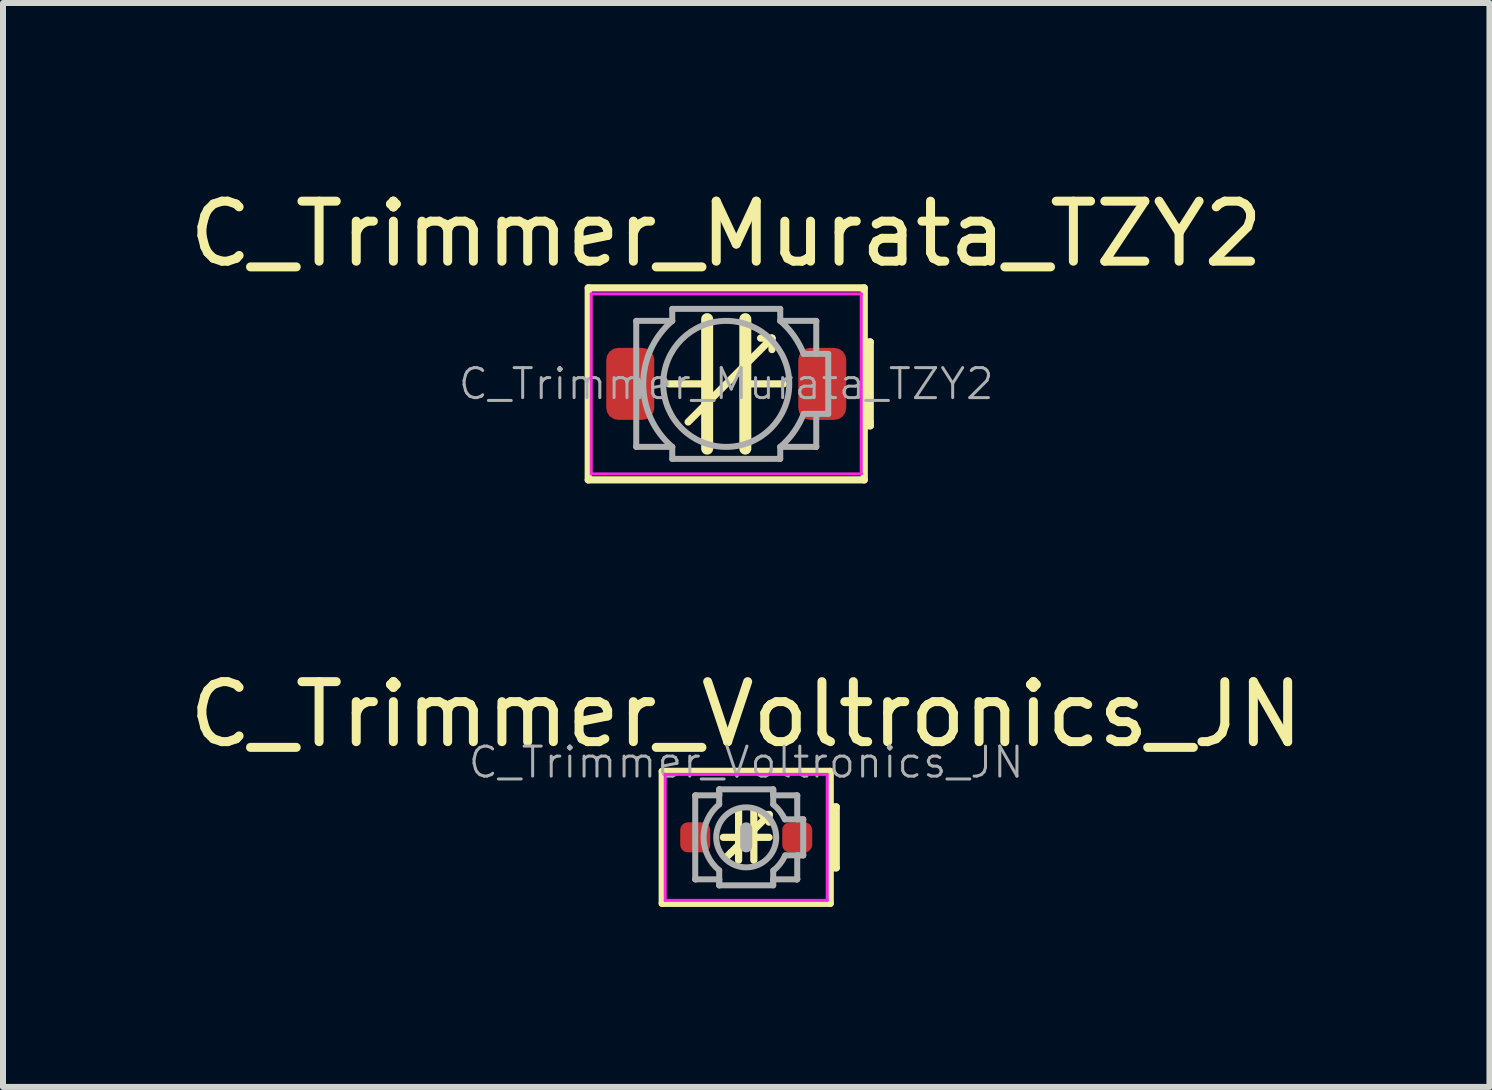
<source format=kicad_pcb>
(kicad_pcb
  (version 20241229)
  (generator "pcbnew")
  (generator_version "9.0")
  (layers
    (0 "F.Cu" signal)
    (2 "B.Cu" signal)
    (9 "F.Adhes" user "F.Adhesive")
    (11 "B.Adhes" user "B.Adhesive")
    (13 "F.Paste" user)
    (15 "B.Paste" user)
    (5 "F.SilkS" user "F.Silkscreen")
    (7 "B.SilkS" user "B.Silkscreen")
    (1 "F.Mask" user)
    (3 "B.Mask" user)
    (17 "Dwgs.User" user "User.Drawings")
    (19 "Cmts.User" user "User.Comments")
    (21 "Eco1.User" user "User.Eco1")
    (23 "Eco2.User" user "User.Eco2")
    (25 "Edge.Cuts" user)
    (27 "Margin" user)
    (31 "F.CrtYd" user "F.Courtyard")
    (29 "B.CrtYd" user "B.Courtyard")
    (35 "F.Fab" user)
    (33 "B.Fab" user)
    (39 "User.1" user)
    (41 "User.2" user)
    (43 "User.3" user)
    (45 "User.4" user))
  (footprint "C_Trimmer_Murata_TZY2"
    (layer "F.Cu")
    (at 9.054 3.348)
    (property "Reference" "C_Trimmer_Murata_TZY2" (at 0 -2.5 0) (layer "F.SilkS") (effects (font (size 1 1) (thickness 0.15))))
    (attr smd)
    (fp_line (start -2.3 -1.6) (end -2.3 1.6) (stroke (width 0.12) (type solid)) (layer "F.SilkS"))
    (fp_line (start -2.3 1.6) (end 2.3 1.6) (stroke (width 0.12) (type solid)) (layer "F.SilkS"))
    (fp_line (start -0.635 0.635) (end 0.762 -0.762) (stroke (width 0.12) (type solid)) (layer "F.SilkS"))
    (fp_line (start -0.318 -1.079) (end -0.318 1.079) (stroke (width 0.2) (type solid)) (layer "F.SilkS"))
    (fp_line (start -0.318 0) (end -0.953 0) (stroke (width 0.12) (type solid)) (layer "F.SilkS"))
    (fp_line (start 0.318 -1.079) (end 0.318 1.079) (stroke (width 0.2) (type solid)) (layer "F.SilkS"))
    (fp_line (start 0.762 -0.762) (end 0.572 -0.762) (stroke (width 0.12) (type solid)) (layer "F.SilkS"))
    (fp_line (start 0.762 -0.762) (end 0.762 -0.572) (stroke (width 0.12) (type solid)) (layer "F.SilkS"))
    (fp_line (start 0.953 0) (end 0.318 0) (stroke (width 0.12) (type solid)) (layer "F.SilkS"))
    (fp_line (start 2.3 -1.6) (end -2.3 -1.6) (stroke (width 0.12) (type solid)) (layer "F.SilkS"))
    (fp_line (start 2.3 1.6) (end 2.3 -1.6) (stroke (width 0.12) (type solid)) (layer "F.SilkS"))
    (fp_line (start 2.337 -0.699) (end 2.4 -0.699) (stroke (width 0.12) (type solid)) (layer "F.SilkS"))
    (fp_line (start 2.4 -0.699) (end 2.4 0.635) (stroke (width 0.12) (type solid)) (layer "F.SilkS"))
    (fp_line (start 2.4 0.635) (end 2.4 0.699) (stroke (width 0.12) (type solid)) (layer "F.SilkS"))
    (fp_line (start 2.4 0.699) (end 2.337 0.699) (stroke (width 0.12) (type solid)) (layer "F.SilkS"))
    (fp_line (start -2.25 -1.5) (end -2.25 1.5) (stroke (width 0.05) (type solid)) (layer "F.CrtYd"))
    (fp_line (start -2.25 1.5) (end 2.25 1.5) (stroke (width 0.05) (type solid)) (layer "F.CrtYd"))
    (fp_line (start 2.25 -1.5) (end -2.25 -1.5) (stroke (width 0.05) (type solid)) (layer "F.CrtYd"))
    (fp_line (start 2.25 1.5) (end 2.25 -1.5) (stroke (width 0.05) (type solid)) (layer "F.CrtYd"))
    (fp_line (start -1.5 -1.05) (end -1.49 -1.05) (stroke (width 0.1) (type solid)) (layer "F.Fab"))
    (fp_line (start -1.5 -1.04) (end -1.5 -1.05) (stroke (width 0.1) (type solid)) (layer "F.Fab"))
    (fp_line (start -1.5 1.04) (end -1.5 -1.04) (stroke (width 0.1) (type solid)) (layer "F.Fab"))
    (fp_line (start -1.5 1.05) (end -1.5 1.04) (stroke (width 0.1) (type solid)) (layer "F.Fab"))
    (fp_line (start -1.49 1.05) (end -1.5 1.05) (stroke (width 0.1) (type solid)) (layer "F.Fab"))
    (fp_line (start -1.49 1.05) (end -0.9 1.05) (stroke (width 0.1) (type solid)) (layer "F.Fab"))
    (fp_line (start -0.9 -1.25) (end 0.9 -1.25) (stroke (width 0.1) (type solid)) (layer "F.Fab"))
    (fp_line (start -0.9 -1.05) (end -1.49 -1.05) (stroke (width 0.1) (type solid)) (layer "F.Fab"))
    (fp_line (start -0.9 -1.05) (end -0.9 -1.25) (stroke (width 0.1) (type solid)) (layer "F.Fab"))
    (fp_line (start -0.9 1.05) (end -0.9 1.25) (stroke (width 0.1) (type solid)) (layer "F.Fab"))
    (fp_line (start -0.9 1.25) (end 0.9 1.25) (stroke (width 0.1) (type solid)) (layer "F.Fab"))
    (fp_line (start 0.9 -1.25) (end 0.9 -1.05) (stroke (width 0.1) (type solid)) (layer "F.Fab"))
    (fp_line (start 0.9 1.05) (end 1.49 1.05) (stroke (width 0.1) (type solid)) (layer "F.Fab"))
    (fp_line (start 0.9 1.25) (end 0.9 1.05) (stroke (width 0.1) (type solid)) (layer "F.Fab"))
    (fp_line (start 1.49 -1.05) (end 0.9 -1.05) (stroke (width 0.1) (type solid)) (layer "F.Fab"))
    (fp_line (start 1.49 -1.05) (end 1.5 -1.05) (stroke (width 0.1) (type solid)) (layer "F.Fab"))
    (fp_line (start 1.5 -1.05) (end 1.5 -1.04) (stroke (width 0.1) (type solid)) (layer "F.Fab"))
    (fp_line (start 1.5 -1.04) (end 1.5 -0.5) (stroke (width 0.1) (type solid)) (layer "F.Fab"))
    (fp_line (start 1.5 -0.5) (end 1.29 -0.5) (stroke (width 0.1) (type solid)) (layer "F.Fab"))
    (fp_line (start 1.5 -0.5) (end 1.7 -0.5) (stroke (width 0.1) (type solid)) (layer "F.Fab"))
    (fp_line (start 1.5 0.5) (end 1.29 0.5) (stroke (width 0.1) (type solid)) (layer "F.Fab"))
    (fp_line (start 1.5 0.5) (end 1.5 1.04) (stroke (width 0.1) (type solid)) (layer "F.Fab"))
    (fp_line (start 1.5 1.04) (end 1.5 1.05) (stroke (width 0.1) (type solid)) (layer "F.Fab"))
    (fp_line (start 1.5 1.05) (end 1.49 1.05) (stroke (width 0.1) (type solid)) (layer "F.Fab"))
    (fp_line (start 1.7 -0.5) (end 1.7 0.5) (stroke (width 0.1) (type solid)) (layer "F.Fab"))
    (fp_line (start 1.7 0.5) (end 1.5 0.5) (stroke (width 0.1) (type solid)) (layer "F.Fab"))
    (fp_arc (start -0.9 1.049999) (mid -1.382931 0) (end -0.9 -1.049999) (stroke (width 0.1) (type solid)) (layer "F.Fab"))
    (fp_arc (start 0.9 -1.049999) (mid 1.128908 -0.799044) (end 1.29 -0.5) (stroke (width 0.1) (type solid)) (layer "F.Fab"))
    (fp_arc (start 1.29 0.5) (mid 1.12924 0.799323) (end 0.900376 1.050439) (stroke (width 0.1) (type solid)) (layer "F.Fab"))
    (fp_circle (center 0 0) (end 1.05 0) (stroke (width 0.1) (type solid)) (fill no) (layer "F.Fab"))
    (fp_text user "${REFERENCE}" (at 0 0 0) (layer "F.Fab") (effects (font (size 0.5 0.5) (thickness 0.05))))
    (pad "1" smd roundrect (at -1.6 0) (size 0.8 1.2) (layers "F.Cu" "F.Mask" "F.Paste") (roundrect_rratio 0.25))
    (pad "2" smd roundrect (at 1.6 0) (size 0.8 1.2) (layers "F.Cu" "F.Mask" "F.Paste") (roundrect_rratio 0.25)))
  (footprint "C_Trimmer_Voltronics_JN"
    (layer "F.Cu")
    (at 9.387 10.906)
    (property "Reference" "C_Trimmer_Voltronics_JN" (at 0 -2.05 0) (layer "F.SilkS") (effects (font (size 1 1) (thickness 0.15))))
    (attr smd)
    (fp_line (start -1.4 -1.1) (end -1.4 1.1) (stroke (width 0.12) (type solid)) (layer "F.SilkS"))
    (fp_line (start -1.4 1.1) (end 1.4 1.1) (stroke (width 0.12) (type solid)) (layer "F.SilkS"))
    (fp_line (start -0.254 0.254) (end -0.318 0.318) (stroke (width 0.12) (type solid)) (layer "F.SilkS"))
    (fp_line (start -0.127 -0.445) (end -0.127 0.381) (stroke (width 0.12) (type solid)) (layer "F.SilkS"))
    (fp_line (start -0.127 0) (end -0.381 0) (stroke (width 0.12) (type solid)) (layer "F.SilkS"))
    (fp_line (start 0 0) (end -0.254 0.254) (stroke (width 0.12) (type solid)) (layer "F.SilkS"))
    (fp_line (start 0 0) (end 0.381 -0.381) (stroke (width 0.12) (type solid)) (layer "F.SilkS"))
    (fp_line (start 0.127 -0.445) (end 0.127 0.381) (stroke (width 0.12) (type solid)) (layer "F.SilkS"))
    (fp_line (start 0.127 0) (end 0.381 0) (stroke (width 0.12) (type solid)) (layer "F.SilkS"))
    (fp_line (start 0.318 -0.381) (end 0.254 -0.381) (stroke (width 0.12) (type solid)) (layer "F.SilkS"))
    (fp_line (start 0.381 -0.381) (end 0.318 -0.381) (stroke (width 0.12) (type solid)) (layer "F.SilkS"))
    (fp_line (start 0.381 -0.381) (end 0.381 -0.254) (stroke (width 0.12) (type solid)) (layer "F.SilkS"))
    (fp_line (start 1.4 -1.1) (end -1.4 -1.1) (stroke (width 0.12) (type solid)) (layer "F.SilkS"))
    (fp_line (start 1.4 1.1) (end 1.4 -1.1) (stroke (width 0.12) (type solid)) (layer "F.SilkS"))
    (fp_line (start 1.437 -0.508) (end 1.5 -0.508) (stroke (width 0.12) (type solid)) (layer "F.SilkS"))
    (fp_line (start 1.5 -0.508) (end 1.5 0.508) (stroke (width 0.12) (type solid)) (layer "F.SilkS"))
    (fp_line (start 1.5 0.508) (end 1.437 0.508) (stroke (width 0.12) (type solid)) (layer "F.SilkS"))
    (fp_line (start -1.35 -1.05) (end -1.35 1.05) (stroke (width 0.05) (type solid)) (layer "F.CrtYd"))
    (fp_line (start -1.35 1.05) (end 1.35 1.05) (stroke (width 0.05) (type solid)) (layer "F.CrtYd"))
    (fp_line (start 1.35 -1.05) (end -1.35 -1.05) (stroke (width 0.05) (type solid)) (layer "F.CrtYd"))
    (fp_line (start 1.35 1.05) (end 1.35 -1.05) (stroke (width 0.05) (type solid)) (layer "F.CrtYd"))
    (fp_line (start -0.85 -0.7) (end -0.84 -0.7) (stroke (width 0.1) (type solid)) (layer "F.Fab"))
    (fp_line (start -0.85 -0.69) (end -0.85 -0.7) (stroke (width 0.1) (type solid)) (layer "F.Fab"))
    (fp_line (start -0.85 0.69) (end -0.85 -0.69) (stroke (width 0.1) (type solid)) (layer "F.Fab"))
    (fp_line (start -0.85 0.7) (end -0.85 0.69) (stroke (width 0.1) (type solid)) (layer "F.Fab"))
    (fp_line (start -0.84 0.7) (end -0.85 0.7) (stroke (width 0.1) (type solid)) (layer "F.Fab"))
    (fp_line (start -0.84 0.7) (end -0.45 0.7) (stroke (width 0.1) (type solid)) (layer "F.Fab"))
    (fp_line (start -0.45 -0.8) (end -0.45 -0.55) (stroke (width 0.1) (type solid)) (layer "F.Fab"))
    (fp_line (start -0.45 -0.8) (end 0.45 -0.8) (stroke (width 0.1) (type solid)) (layer "F.Fab"))
    (fp_line (start -0.45 -0.7) (end -0.84 -0.7) (stroke (width 0.1) (type solid)) (layer "F.Fab"))
    (fp_line (start -0.45 -0.7) (end -0.45 -0.8) (stroke (width 0.1) (type solid)) (layer "F.Fab"))
    (fp_line (start -0.45 0.55) (end -0.45 0.8) (stroke (width 0.1) (type solid)) (layer "F.Fab"))
    (fp_line (start -0.45 0.7) (end -0.45 0.8) (stroke (width 0.1) (type solid)) (layer "F.Fab"))
    (fp_line (start -0.45 0.8) (end 0.45 0.8) (stroke (width 0.1) (type solid)) (layer "F.Fab"))
    (fp_line (start 0 -0.15) (end 0 0.15) (stroke (width 0.2) (type solid)) (layer "F.Fab"))
    (fp_line (start 0.45 -0.8) (end 0.45 -0.7) (stroke (width 0.1) (type solid)) (layer "F.Fab"))
    (fp_line (start 0.45 -0.8) (end 0.45 -0.55) (stroke (width 0.1) (type solid)) (layer "F.Fab"))
    (fp_line (start 0.45 0.55) (end 0.45 0.75) (stroke (width 0.1) (type solid)) (layer "F.Fab"))
    (fp_line (start 0.45 0.7) (end 0.84 0.7) (stroke (width 0.1) (type solid)) (layer "F.Fab"))
    (fp_line (start 0.45 0.8) (end 0.45 0.7) (stroke (width 0.1) (type solid)) (layer "F.Fab"))
    (fp_line (start 0.65 -0.3) (end 0.95 -0.3) (stroke (width 0.1) (type solid)) (layer "F.Fab"))
    (fp_line (start 0.84 -0.7) (end 0.45 -0.7) (stroke (width 0.1) (type solid)) (layer "F.Fab"))
    (fp_line (start 0.84 -0.7) (end 0.85 -0.7) (stroke (width 0.1) (type solid)) (layer "F.Fab"))
    (fp_line (start 0.84 0.7) (end 0.85 0.69) (stroke (width 0.1) (type solid)) (layer "F.Fab"))
    (fp_line (start 0.85 -0.7) (end 0.85 -0.69) (stroke (width 0.1) (type solid)) (layer "F.Fab"))
    (fp_line (start 0.85 -0.3) (end 0.85 -0.69) (stroke (width 0.1) (type solid)) (layer "F.Fab"))
    (fp_line (start 0.85 -0.3) (end 0.95 -0.3) (stroke (width 0.1) (type solid)) (layer "F.Fab"))
    (fp_line (start 0.85 0.69) (end 0.85 0.3) (stroke (width 0.1) (type solid)) (layer "F.Fab"))
    (fp_line (start 0.85 0.69) (end 0.85 0.7) (stroke (width 0.1) (type solid)) (layer "F.Fab"))
    (fp_line (start 0.85 0.7) (end 0.84 0.7) (stroke (width 0.1) (type solid)) (layer "F.Fab"))
    (fp_line (start 0.95 -0.3) (end 0.95 0.3) (stroke (width 0.1) (type solid)) (layer "F.Fab"))
    (fp_line (start 0.95 0.3) (end 0.65 0.3) (stroke (width 0.1) (type solid)) (layer "F.Fab"))
    (fp_line (start 0.95 0.3) (end 0.85 0.3) (stroke (width 0.1) (type solid)) (layer "F.Fab"))
    (fp_arc (start -0.45 0.55) (mid -0.710634 0) (end -0.45 -0.55) (stroke (width 0.1) (type solid)) (layer "F.Fab"))
    (fp_arc (start 0.45 -0.55) (mid 0.561945 -0.434992) (end 0.645226 -0.297797) (stroke (width 0.1) (type solid)) (layer "F.Fab"))
    (fp_arc (start 0.65 0.3) (mid 0.566102 0.43821) (end 0.453329 0.554069) (stroke (width 0.1) (type solid)) (layer "F.Fab"))
    (fp_circle (center 0 0) (end 0.5 0) (stroke (width 0.1) (type solid)) (fill no) (layer "F.Fab"))
    (fp_text user "${REFERENCE}" (at 0 -1.25 0) (layer "F.Fab") (effects (font (size 0.5 0.5) (thickness 0.05))))
    (pad "1" smd roundrect (at -0.85 0) (size 0.5 0.5) (layers "F.Cu" "F.Mask" "F.Paste") (roundrect_rratio 0.25))
    (pad "2" smd roundrect (at 0.85 0) (size 0.5 0.5) (layers "F.Cu" "F.Mask" "F.Paste") (roundrect_rratio 0.25)))
  (gr_rect
    (start -3 -3)
    (end 21.774 15.066)
    (stroke (width 0.1) (type default))
    (fill no)
    (layer "Edge.Cuts")))
</source>
